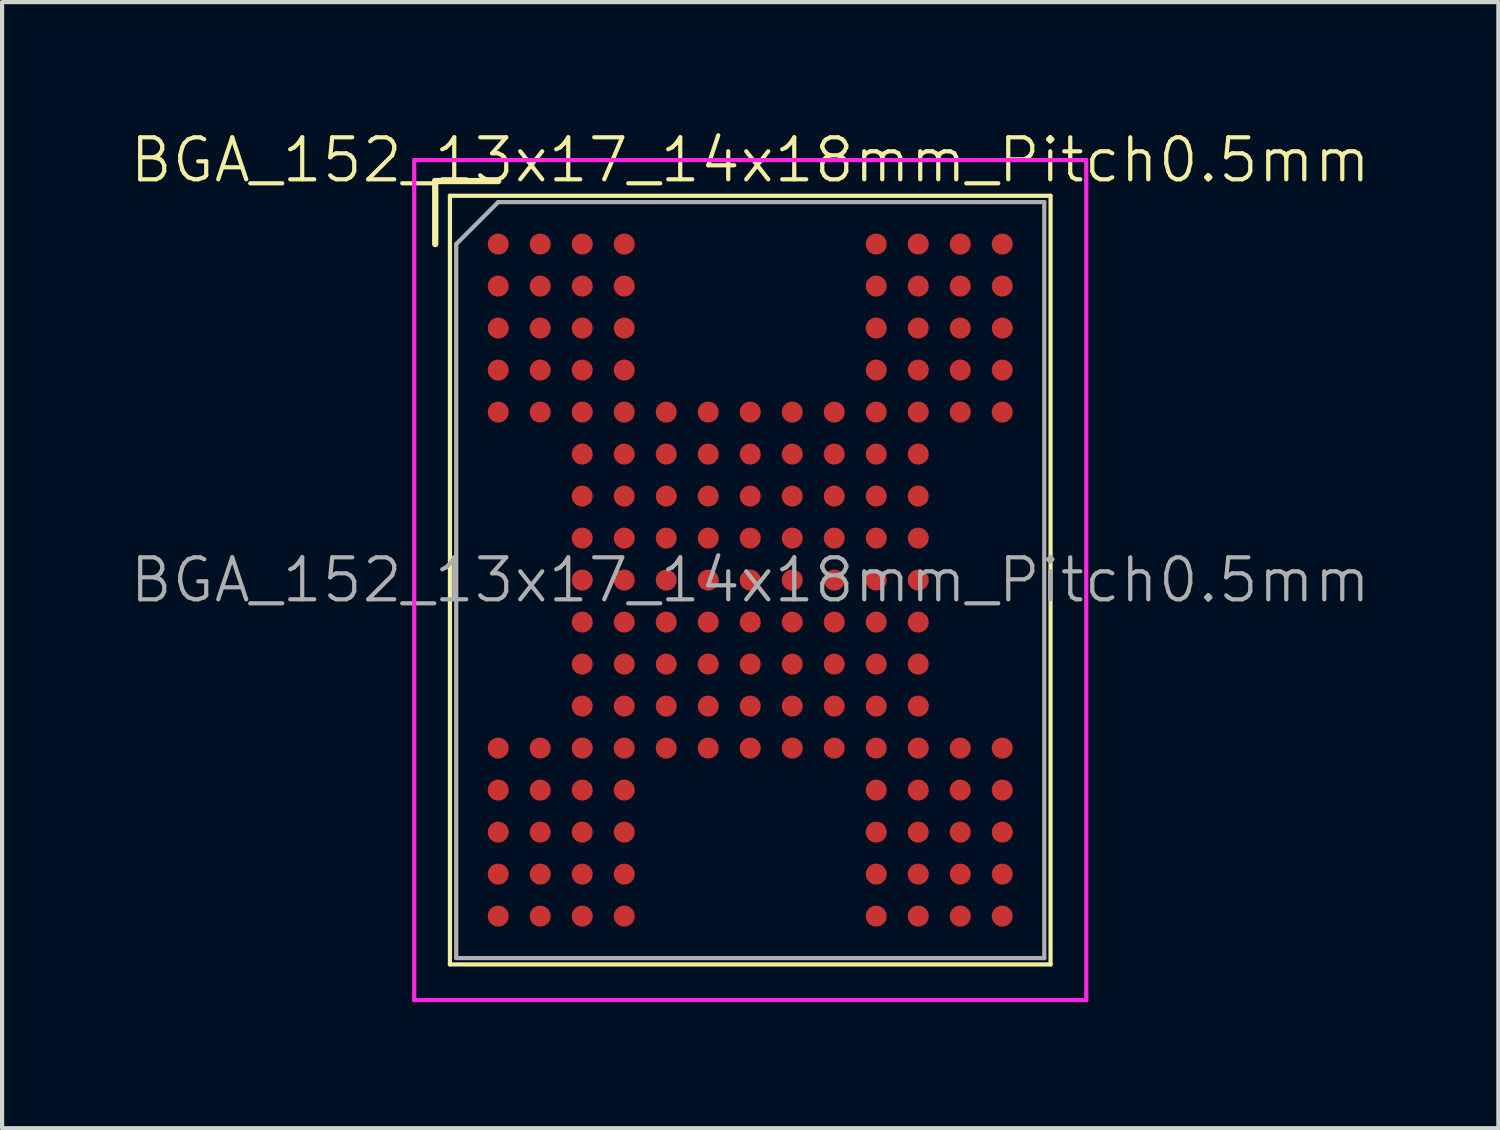
<source format=kicad_pcb>
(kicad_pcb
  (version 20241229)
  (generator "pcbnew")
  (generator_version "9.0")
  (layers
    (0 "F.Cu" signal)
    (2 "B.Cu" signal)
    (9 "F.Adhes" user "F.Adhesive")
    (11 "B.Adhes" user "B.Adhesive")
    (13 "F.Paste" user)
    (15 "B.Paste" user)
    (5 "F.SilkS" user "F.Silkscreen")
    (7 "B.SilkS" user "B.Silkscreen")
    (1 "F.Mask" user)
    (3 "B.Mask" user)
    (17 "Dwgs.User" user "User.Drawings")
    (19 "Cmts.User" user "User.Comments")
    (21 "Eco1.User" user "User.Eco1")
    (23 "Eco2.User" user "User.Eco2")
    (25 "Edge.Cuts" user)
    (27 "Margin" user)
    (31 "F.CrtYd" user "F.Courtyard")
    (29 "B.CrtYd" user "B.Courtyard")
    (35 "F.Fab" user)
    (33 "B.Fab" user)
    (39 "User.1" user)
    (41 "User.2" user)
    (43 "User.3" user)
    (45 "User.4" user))
  (footprint "BGA_152_13x17_14x18mm_Pitch0.5mm"
    (layer "F.Cu")
    (at 14.812 10.761)
    (property "Reference" "BGA_152_13x17_14x18mm_Pitch0.5mm" (at 0 -10 0) (layer "F.SilkS") (effects (font (size 1 1) (thickness 0.1))))
    (attr through_hole)
    (fp_line (start -7.5 -9.5) (end -6 -9.5) (stroke (width 0.15) (type solid)) (layer "F.SilkS"))
    (fp_line (start -7.5 -8) (end -7.5 -9.5) (stroke (width 0.15) (type solid)) (layer "F.SilkS"))
    (fp_line (start -7.15 -9.15) (end 7.15 -9.15) (stroke (width 0.1) (type solid)) (layer "F.SilkS"))
    (fp_line (start -7.15 9.15) (end -7.15 -9.15) (stroke (width 0.1) (type solid)) (layer "F.SilkS"))
    (fp_line (start 7.15 -9.15) (end 7.15 9.15) (stroke (width 0.1) (type solid)) (layer "F.SilkS"))
    (fp_line (start 7.15 9.15) (end -7.15 9.15) (stroke (width 0.1) (type solid)) (layer "F.SilkS"))
    (fp_line (start -8 -10) (end 8 -10) (stroke (width 0.1) (type solid)) (layer "F.CrtYd"))
    (fp_line (start -8 10) (end -8 -10) (stroke (width 0.1) (type solid)) (layer "F.CrtYd"))
    (fp_line (start 8 -10) (end 8 10) (stroke (width 0.1) (type solid)) (layer "F.CrtYd"))
    (fp_line (start 8 10) (end -8 10) (stroke (width 0.1) (type solid)) (layer "F.CrtYd"))
    (fp_line (start -7 -8) (end -7 9) (stroke (width 0.1) (type solid)) (layer "F.Fab"))
    (fp_line (start -7 9) (end 7 9) (stroke (width 0.1) (type solid)) (layer "F.Fab"))
    (fp_line (start -6 -9) (end -7 -8) (stroke (width 0.1) (type solid)) (layer "F.Fab"))
    (fp_line (start 7 -9) (end -6 -9) (stroke (width 0.1) (type solid)) (layer "F.Fab"))
    (fp_line (start 7 9) (end 7 -9) (stroke (width 0.1) (type solid)) (layer "F.Fab"))
    (fp_text user "${REFERENCE}" (at 0 0 0) (layer "F.Fab") (effects (font (size 1 1) (thickness 0.1))))
    (pad "A1" smd circle (at -6 -8) (size 0.5 0.5) (layers "F.Cu" "F.Mask" "F.Paste"))
    (pad "A2" smd circle (at -5 -8) (size 0.5 0.5) (layers "F.Cu" "F.Mask" "F.Paste"))
    (pad "A3" smd circle (at -4 -8) (size 0.5 0.5) (layers "F.Cu" "F.Mask" "F.Paste"))
    (pad "A4" smd circle (at -3 -8) (size 0.5 0.5) (layers "F.Cu" "F.Mask" "F.Paste"))
    (pad "A10" smd circle (at 3 -8) (size 0.5 0.5) (layers "F.Cu" "F.Mask" "F.Paste"))
    (pad "A11" smd circle (at 4 -8) (size 0.5 0.5) (layers "F.Cu" "F.Mask" "F.Paste"))
    (pad "A12" smd circle (at 5 -8) (size 0.5 0.5) (layers "F.Cu" "F.Mask" "F.Paste"))
    (pad "A13" smd circle (at 6 -8) (size 0.5 0.5) (layers "F.Cu" "F.Mask" "F.Paste"))
    (pad "B1" smd circle (at -6 -7) (size 0.5 0.5) (layers "F.Cu" "F.Mask" "F.Paste"))
    (pad "B2" smd circle (at -5 -7) (size 0.5 0.5) (layers "F.Cu" "F.Mask" "F.Paste"))
    (pad "B3" smd circle (at -4 -7) (size 0.5 0.5) (layers "F.Cu" "F.Mask" "F.Paste"))
    (pad "B4" smd circle (at -3 -7) (size 0.5 0.5) (layers "F.Cu" "F.Mask" "F.Paste"))
    (pad "B10" smd circle (at 3 -7) (size 0.5 0.5) (layers "F.Cu" "F.Mask" "F.Paste"))
    (pad "B11" smd circle (at 4 -7) (size 0.5 0.5) (layers "F.Cu" "F.Mask" "F.Paste"))
    (pad "B12" smd circle (at 5 -7) (size 0.5 0.5) (layers "F.Cu" "F.Mask" "F.Paste"))
    (pad "B13" smd circle (at 6 -7) (size 0.5 0.5) (layers "F.Cu" "F.Mask" "F.Paste"))
    (pad "C1" smd circle (at -6 -6) (size 0.5 0.5) (layers "F.Cu" "F.Mask" "F.Paste"))
    (pad "C2" smd circle (at -5 -6) (size 0.5 0.5) (layers "F.Cu" "F.Mask" "F.Paste"))
    (pad "C3" smd circle (at -4 -6) (size 0.5 0.5) (layers "F.Cu" "F.Mask" "F.Paste"))
    (pad "C4" smd circle (at -3 -6) (size 0.5 0.5) (layers "F.Cu" "F.Mask" "F.Paste"))
    (pad "C10" smd circle (at 3 -6) (size 0.5 0.5) (layers "F.Cu" "F.Mask" "F.Paste"))
    (pad "C11" smd circle (at 4 -6) (size 0.5 0.5) (layers "F.Cu" "F.Mask" "F.Paste"))
    (pad "C12" smd circle (at 5 -6) (size 0.5 0.5) (layers "F.Cu" "F.Mask" "F.Paste"))
    (pad "C13" smd circle (at 6 -6) (size 0.5 0.5) (layers "F.Cu" "F.Mask" "F.Paste"))
    (pad "D1" smd circle (at -6 -5) (size 0.5 0.5) (layers "F.Cu" "F.Mask" "F.Paste"))
    (pad "D2" smd circle (at -5 -5) (size 0.5 0.5) (layers "F.Cu" "F.Mask" "F.Paste"))
    (pad "D3" smd circle (at -4 -5) (size 0.5 0.5) (layers "F.Cu" "F.Mask" "F.Paste"))
    (pad "D4" smd circle (at -3 -5) (size 0.5 0.5) (layers "F.Cu" "F.Mask" "F.Paste"))
    (pad "D10" smd circle (at 3 -5) (size 0.5 0.5) (layers "F.Cu" "F.Mask" "F.Paste"))
    (pad "D11" smd circle (at 4 -5) (size 0.5 0.5) (layers "F.Cu" "F.Mask" "F.Paste"))
    (pad "D12" smd circle (at 5 -5) (size 0.5 0.5) (layers "F.Cu" "F.Mask" "F.Paste"))
    (pad "D13" smd circle (at 6 -5) (size 0.5 0.5) (layers "F.Cu" "F.Mask" "F.Paste"))
    (pad "E1" smd circle (at -6 -4) (size 0.5 0.5) (layers "F.Cu" "F.Mask" "F.Paste"))
    (pad "E2" smd circle (at -5 -4) (size 0.5 0.5) (layers "F.Cu" "F.Mask" "F.Paste"))
    (pad "E3" smd circle (at -4 -4) (size 0.5 0.5) (layers "F.Cu" "F.Mask" "F.Paste"))
    (pad "E4" smd circle (at -3 -4) (size 0.5 0.5) (layers "F.Cu" "F.Mask" "F.Paste"))
    (pad "E5" smd circle (at -2 -4) (size 0.5 0.5) (layers "F.Cu" "F.Mask" "F.Paste"))
    (pad "E6" smd circle (at -1 -4) (size 0.5 0.5) (layers "F.Cu" "F.Mask" "F.Paste"))
    (pad "E7" smd circle (at 0 -4) (size 0.5 0.5) (layers "F.Cu" "F.Mask" "F.Paste"))
    (pad "E8" smd circle (at 1 -4) (size 0.5 0.5) (layers "F.Cu" "F.Mask" "F.Paste"))
    (pad "E9" smd circle (at 2 -4) (size 0.5 0.5) (layers "F.Cu" "F.Mask" "F.Paste"))
    (pad "E10" smd circle (at 3 -4) (size 0.5 0.5) (layers "F.Cu" "F.Mask" "F.Paste"))
    (pad "E11" smd circle (at 4 -4) (size 0.5 0.5) (layers "F.Cu" "F.Mask" "F.Paste"))
    (pad "E12" smd circle (at 5 -4) (size 0.5 0.5) (layers "F.Cu" "F.Mask" "F.Paste"))
    (pad "E13" smd circle (at 6 -4) (size 0.5 0.5) (layers "F.Cu" "F.Mask" "F.Paste"))
    (pad "F3" smd circle (at -4 -3) (size 0.5 0.5) (layers "F.Cu" "F.Mask" "F.Paste"))
    (pad "F4" smd circle (at -3 -3) (size 0.5 0.5) (layers "F.Cu" "F.Mask" "F.Paste"))
    (pad "F5" smd circle (at -2 -3) (size 0.5 0.5) (layers "F.Cu" "F.Mask" "F.Paste"))
    (pad "F6" smd circle (at -1 -3) (size 0.5 0.5) (layers "F.Cu" "F.Mask" "F.Paste"))
    (pad "F7" smd circle (at 0 -3) (size 0.5 0.5) (layers "F.Cu" "F.Mask" "F.Paste"))
    (pad "F8" smd circle (at 1 -3) (size 0.5 0.5) (layers "F.Cu" "F.Mask" "F.Paste"))
    (pad "F9" smd circle (at 2 -3) (size 0.5 0.5) (layers "F.Cu" "F.Mask" "F.Paste"))
    (pad "F10" smd circle (at 3 -3) (size 0.5 0.5) (layers "F.Cu" "F.Mask" "F.Paste"))
    (pad "F11" smd circle (at 4 -3) (size 0.5 0.5) (layers "F.Cu" "F.Mask" "F.Paste"))
    (pad "G3" smd circle (at -4 -2) (size 0.5 0.5) (layers "F.Cu" "F.Mask" "F.Paste"))
    (pad "G4" smd circle (at -3 -2) (size 0.5 0.5) (layers "F.Cu" "F.Mask" "F.Paste"))
    (pad "G5" smd circle (at -2 -2) (size 0.5 0.5) (layers "F.Cu" "F.Mask" "F.Paste"))
    (pad "G6" smd circle (at -1 -2) (size 0.5 0.5) (layers "F.Cu" "F.Mask" "F.Paste"))
    (pad "G7" smd circle (at 0 -2) (size 0.5 0.5) (layers "F.Cu" "F.Mask" "F.Paste"))
    (pad "G8" smd circle (at 1 -2) (size 0.5 0.5) (layers "F.Cu" "F.Mask" "F.Paste"))
    (pad "G9" smd circle (at 2 -2) (size 0.5 0.5) (layers "F.Cu" "F.Mask" "F.Paste"))
    (pad "G10" smd circle (at 3 -2) (size 0.5 0.5) (layers "F.Cu" "F.Mask" "F.Paste"))
    (pad "G11" smd circle (at 4 -2) (size 0.5 0.5) (layers "F.Cu" "F.Mask" "F.Paste"))
    (pad "H3" smd circle (at -4 -1) (size 0.5 0.5) (layers "F.Cu" "F.Mask" "F.Paste"))
    (pad "H4" smd circle (at -3 -1) (size 0.5 0.5) (layers "F.Cu" "F.Mask" "F.Paste"))
    (pad "H5" smd circle (at -2 -1) (size 0.5 0.5) (layers "F.Cu" "F.Mask" "F.Paste"))
    (pad "H6" smd circle (at -1 -1) (size 0.5 0.5) (layers "F.Cu" "F.Mask" "F.Paste"))
    (pad "H7" smd circle (at 0 -1) (size 0.5 0.5) (layers "F.Cu" "F.Mask" "F.Paste"))
    (pad "H8" smd circle (at 1 -1) (size 0.5 0.5) (layers "F.Cu" "F.Mask" "F.Paste"))
    (pad "H9" smd circle (at 2 -1) (size 0.5 0.5) (layers "F.Cu" "F.Mask" "F.Paste"))
    (pad "H10" smd circle (at 3 -1) (size 0.5 0.5) (layers "F.Cu" "F.Mask" "F.Paste"))
    (pad "H11" smd circle (at 4 -1) (size 0.5 0.5) (layers "F.Cu" "F.Mask" "F.Paste"))
    (pad "J3" smd circle (at -4 0) (size 0.5 0.5) (layers "F.Cu" "F.Mask" "F.Paste"))
    (pad "J4" smd circle (at -3 0) (size 0.5 0.5) (layers "F.Cu" "F.Mask" "F.Paste"))
    (pad "J5" smd circle (at -2 0) (size 0.5 0.5) (layers "F.Cu" "F.Mask" "F.Paste"))
    (pad "J6" smd circle (at -1 0) (size 0.5 0.5) (layers "F.Cu" "F.Mask" "F.Paste"))
    (pad "J7" smd circle (at 0 0) (size 0.5 0.5) (layers "F.Cu" "F.Mask" "F.Paste"))
    (pad "J8" smd circle (at 1 0) (size 0.5 0.5) (layers "F.Cu" "F.Mask" "F.Paste"))
    (pad "J9" smd circle (at 2 0) (size 0.5 0.5) (layers "F.Cu" "F.Mask" "F.Paste"))
    (pad "J10" smd circle (at 3 0) (size 0.5 0.5) (layers "F.Cu" "F.Mask" "F.Paste"))
    (pad "J11" smd circle (at 4 0) (size 0.5 0.5) (layers "F.Cu" "F.Mask" "F.Paste"))
    (pad "K3" smd circle (at -4 1) (size 0.5 0.5) (layers "F.Cu" "F.Mask" "F.Paste"))
    (pad "K4" smd circle (at -3 1) (size 0.5 0.5) (layers "F.Cu" "F.Mask" "F.Paste"))
    (pad "K5" smd circle (at -2 1) (size 0.5 0.5) (layers "F.Cu" "F.Mask" "F.Paste"))
    (pad "K6" smd circle (at -1 1) (size 0.5 0.5) (layers "F.Cu" "F.Mask" "F.Paste"))
    (pad "K7" smd circle (at 0 1) (size 0.5 0.5) (layers "F.Cu" "F.Mask" "F.Paste"))
    (pad "K8" smd circle (at 1 1) (size 0.5 0.5) (layers "F.Cu" "F.Mask" "F.Paste"))
    (pad "K9" smd circle (at 2 1) (size 0.5 0.5) (layers "F.Cu" "F.Mask" "F.Paste"))
    (pad "K10" smd circle (at 3 1) (size 0.5 0.5) (layers "F.Cu" "F.Mask" "F.Paste"))
    (pad "K11" smd circle (at 4 1) (size 0.5 0.5) (layers "F.Cu" "F.Mask" "F.Paste"))
    (pad "L3" smd circle (at -4 2) (size 0.5 0.5) (layers "F.Cu" "F.Mask" "F.Paste"))
    (pad "L4" smd circle (at -3 2) (size 0.5 0.5) (layers "F.Cu" "F.Mask" "F.Paste"))
    (pad "L5" smd circle (at -2 2) (size 0.5 0.5) (layers "F.Cu" "F.Mask" "F.Paste"))
    (pad "L6" smd circle (at -1 2) (size 0.5 0.5) (layers "F.Cu" "F.Mask" "F.Paste"))
    (pad "L7" smd circle (at 0 2) (size 0.5 0.5) (layers "F.Cu" "F.Mask" "F.Paste"))
    (pad "L8" smd circle (at 1 2) (size 0.5 0.5) (layers "F.Cu" "F.Mask" "F.Paste"))
    (pad "L9" smd circle (at 2 2) (size 0.5 0.5) (layers "F.Cu" "F.Mask" "F.Paste"))
    (pad "L10" smd circle (at 3 2) (size 0.5 0.5) (layers "F.Cu" "F.Mask" "F.Paste"))
    (pad "L11" smd circle (at 4 2) (size 0.5 0.5) (layers "F.Cu" "F.Mask" "F.Paste"))
    (pad "M3" smd circle (at -4 3) (size 0.5 0.5) (layers "F.Cu" "F.Mask" "F.Paste"))
    (pad "M4" smd circle (at -3 3) (size 0.5 0.5) (layers "F.Cu" "F.Mask" "F.Paste"))
    (pad "M5" smd circle (at -2 3) (size 0.5 0.5) (layers "F.Cu" "F.Mask" "F.Paste"))
    (pad "M6" smd circle (at -1 3) (size 0.5 0.5) (layers "F.Cu" "F.Mask" "F.Paste"))
    (pad "M7" smd circle (at 0 3) (size 0.5 0.5) (layers "F.Cu" "F.Mask" "F.Paste"))
    (pad "M8" smd circle (at 1 3) (size 0.5 0.5) (layers "F.Cu" "F.Mask" "F.Paste"))
    (pad "M9" smd circle (at 2 3) (size 0.5 0.5) (layers "F.Cu" "F.Mask" "F.Paste"))
    (pad "M10" smd circle (at 3 3) (size 0.5 0.5) (layers "F.Cu" "F.Mask" "F.Paste"))
    (pad "M11" smd circle (at 4 3) (size 0.5 0.5) (layers "F.Cu" "F.Mask" "F.Paste"))
    (pad "N1" smd circle (at -6 4) (size 0.5 0.5) (layers "F.Cu" "F.Mask" "F.Paste"))
    (pad "N2" smd circle (at -5 4) (size 0.5 0.5) (layers "F.Cu" "F.Mask" "F.Paste"))
    (pad "N3" smd circle (at -4 4) (size 0.5 0.5) (layers "F.Cu" "F.Mask" "F.Paste"))
    (pad "N4" smd circle (at -3 4) (size 0.5 0.5) (layers "F.Cu" "F.Mask" "F.Paste"))
    (pad "N5" smd circle (at -2 4) (size 0.5 0.5) (layers "F.Cu" "F.Mask" "F.Paste"))
    (pad "N6" smd circle (at -1 4) (size 0.5 0.5) (layers "F.Cu" "F.Mask" "F.Paste"))
    (pad "N7" smd circle (at 0 4) (size 0.5 0.5) (layers "F.Cu" "F.Mask" "F.Paste"))
    (pad "N8" smd circle (at 1 4) (size 0.5 0.5) (layers "F.Cu" "F.Mask" "F.Paste"))
    (pad "N9" smd circle (at 2 4) (size 0.5 0.5) (layers "F.Cu" "F.Mask" "F.Paste"))
    (pad "N10" smd circle (at 3 4) (size 0.5 0.5) (layers "F.Cu" "F.Mask" "F.Paste"))
    (pad "N11" smd circle (at 4 4) (size 0.5 0.5) (layers "F.Cu" "F.Mask" "F.Paste"))
    (pad "N12" smd circle (at 5 4) (size 0.5 0.5) (layers "F.Cu" "F.Mask" "F.Paste"))
    (pad "N13" smd circle (at 6 4) (size 0.5 0.5) (layers "F.Cu" "F.Mask" "F.Paste"))
    (pad "P1" smd circle (at -6 5) (size 0.5 0.5) (layers "F.Cu" "F.Mask" "F.Paste"))
    (pad "P2" smd circle (at -5 5) (size 0.5 0.5) (layers "F.Cu" "F.Mask" "F.Paste"))
    (pad "P3" smd circle (at -4 5) (size 0.5 0.5) (layers "F.Cu" "F.Mask" "F.Paste"))
    (pad "P4" smd circle (at -3 5) (size 0.5 0.5) (layers "F.Cu" "F.Mask" "F.Paste"))
    (pad "P10" smd circle (at 3 5) (size 0.5 0.5) (layers "F.Cu" "F.Mask" "F.Paste"))
    (pad "P11" smd circle (at 4 5) (size 0.5 0.5) (layers "F.Cu" "F.Mask" "F.Paste"))
    (pad "P12" smd circle (at 5 5) (size 0.5 0.5) (layers "F.Cu" "F.Mask" "F.Paste"))
    (pad "P13" smd circle (at 6 5) (size 0.5 0.5) (layers "F.Cu" "F.Mask" "F.Paste"))
    (pad "R1" smd circle (at -6 6) (size 0.5 0.5) (layers "F.Cu" "F.Mask" "F.Paste"))
    (pad "R2" smd circle (at -5 6) (size 0.5 0.5) (layers "F.Cu" "F.Mask" "F.Paste"))
    (pad "R3" smd circle (at -4 6) (size 0.5 0.5) (layers "F.Cu" "F.Mask" "F.Paste"))
    (pad "R4" smd circle (at -3 6) (size 0.5 0.5) (layers "F.Cu" "F.Mask" "F.Paste"))
    (pad "R10" smd circle (at 3 6) (size 0.5 0.5) (layers "F.Cu" "F.Mask" "F.Paste"))
    (pad "R11" smd circle (at 4 6) (size 0.5 0.5) (layers "F.Cu" "F.Mask" "F.Paste"))
    (pad "R12" smd circle (at 5 6) (size 0.5 0.5) (layers "F.Cu" "F.Mask" "F.Paste"))
    (pad "R13" smd circle (at 6 6) (size 0.5 0.5) (layers "F.Cu" "F.Mask" "F.Paste"))
    (pad "T1" smd circle (at -6 7) (size 0.5 0.5) (layers "F.Cu" "F.Mask" "F.Paste"))
    (pad "T2" smd circle (at -5 7) (size 0.5 0.5) (layers "F.Cu" "F.Mask" "F.Paste"))
    (pad "T3" smd circle (at -4 7) (size 0.5 0.5) (layers "F.Cu" "F.Mask" "F.Paste"))
    (pad "T4" smd circle (at -3 7) (size 0.5 0.5) (layers "F.Cu" "F.Mask" "F.Paste"))
    (pad "T10" smd circle (at 3 7) (size 0.5 0.5) (layers "F.Cu" "F.Mask" "F.Paste"))
    (pad "T11" smd circle (at 4 7) (size 0.5 0.5) (layers "F.Cu" "F.Mask" "F.Paste"))
    (pad "T12" smd circle (at 5 7) (size 0.5 0.5) (layers "F.Cu" "F.Mask" "F.Paste"))
    (pad "T13" smd circle (at 6 7) (size 0.5 0.5) (layers "F.Cu" "F.Mask" "F.Paste"))
    (pad "U1" smd circle (at -6 8) (size 0.5 0.5) (layers "F.Cu" "F.Mask" "F.Paste"))
    (pad "U2" smd circle (at -5 8) (size 0.5 0.5) (layers "F.Cu" "F.Mask" "F.Paste"))
    (pad "U3" smd circle (at -4 8) (size 0.5 0.5) (layers "F.Cu" "F.Mask" "F.Paste"))
    (pad "U4" smd circle (at -3 8) (size 0.5 0.5) (layers "F.Cu" "F.Mask" "F.Paste"))
    (pad "U10" smd circle (at 3 8) (size 0.5 0.5) (layers "F.Cu" "F.Mask" "F.Paste"))
    (pad "U11" smd circle (at 4 8) (size 0.5 0.5) (layers "F.Cu" "F.Mask" "F.Paste"))
    (pad "U12" smd circle (at 5 8) (size 0.5 0.5) (layers "F.Cu" "F.Mask" "F.Paste"))
    (pad "U13" smd circle (at 6 8) (size 0.5 0.5) (layers "F.Cu" "F.Mask" "F.Paste")))
  (gr_rect
    (start -3 -3)
    (end 32.624 23.811)
    (stroke (width 0.1) (type default))
    (fill no)
    (layer "Edge.Cuts")))
</source>
